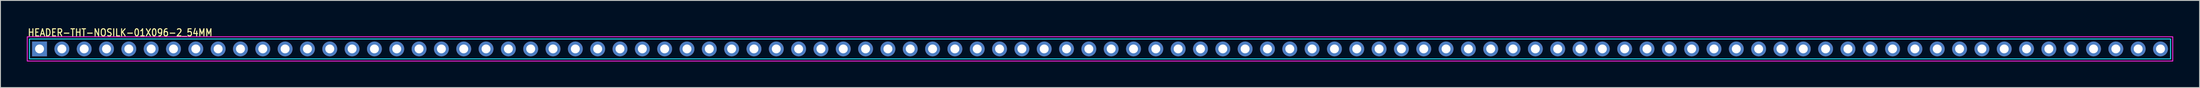
<source format=kicad_pcb>
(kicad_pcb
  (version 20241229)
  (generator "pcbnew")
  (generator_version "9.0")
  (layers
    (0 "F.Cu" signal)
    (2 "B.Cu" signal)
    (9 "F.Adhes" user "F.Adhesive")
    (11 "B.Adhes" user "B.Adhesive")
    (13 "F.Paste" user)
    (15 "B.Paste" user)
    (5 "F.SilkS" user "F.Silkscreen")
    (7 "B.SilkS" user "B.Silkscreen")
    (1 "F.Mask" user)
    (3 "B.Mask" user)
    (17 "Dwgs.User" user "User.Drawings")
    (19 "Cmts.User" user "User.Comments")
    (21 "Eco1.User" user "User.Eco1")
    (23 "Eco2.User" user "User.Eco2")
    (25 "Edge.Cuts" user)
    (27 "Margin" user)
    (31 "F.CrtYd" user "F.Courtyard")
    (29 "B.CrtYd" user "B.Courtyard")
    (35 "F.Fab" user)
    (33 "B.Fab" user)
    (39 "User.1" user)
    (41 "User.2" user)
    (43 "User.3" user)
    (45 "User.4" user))
  (footprint "HEADER-THT-NOSILK-01X096-2_54MM"
    (layer "F.Cu")
    (at 1.447 2.579)
    (property "Reference" "HEADER-THT-NOSILK-01X096-2_54MM" (at -1.4 -1.4 0) (unlocked yes) (layer "F.SilkS") (effects (font (size 0.813 0.695) (thickness 0.122)) (justify left bottom)))
    (fp_poly (pts (xy -1.143 -1.143) (xy 242.443 -1.143) (xy 242.443 1.143) (xy -1.143 1.143)) (stroke (width 0.1) (type solid)) (fill no) (layer "B.CrtYd"))
    (fp_poly (pts (xy -1.397 -1.397) (xy 242.697 -1.397) (xy 242.697 1.397) (xy -1.397 1.397)) (stroke (width 0.1) (type solid)) (fill no) (layer "F.CrtYd"))
    (pad "1" thru_hole rect (at 0 0) (size 1.693 1.693) (drill 1.016) (layers "*.Cu" "*.Mask"))
    (pad "2" thru_hole oval (at 2.54 0) (size 1.693 1.693) (drill 1.016) (layers "*.Cu" "*.Mask"))
    (pad "3" thru_hole oval (at 5.08 0) (size 1.693 1.693) (drill 1.016) (layers "*.Cu" "*.Mask"))
    (pad "4" thru_hole oval (at 7.62 0) (size 1.693 1.693) (drill 1.016) (layers "*.Cu" "*.Mask"))
    (pad "5" thru_hole oval (at 10.16 0) (size 1.693 1.693) (drill 1.016) (layers "*.Cu" "*.Mask"))
    (pad "6" thru_hole oval (at 12.7 0) (size 1.693 1.693) (drill 1.016) (layers "*.Cu" "*.Mask"))
    (pad "7" thru_hole oval (at 15.24 0) (size 1.693 1.693) (drill 1.016) (layers "*.Cu" "*.Mask"))
    (pad "8" thru_hole oval (at 17.78 0) (size 1.693 1.693) (drill 1.016) (layers "*.Cu" "*.Mask"))
    (pad "9" thru_hole oval (at 20.32 0) (size 1.693 1.693) (drill 1.016) (layers "*.Cu" "*.Mask"))
    (pad "10" thru_hole oval (at 22.86 0) (size 1.693 1.693) (drill 1.016) (layers "*.Cu" "*.Mask"))
    (pad "11" thru_hole oval (at 25.4 0) (size 1.693 1.693) (drill 1.016) (layers "*.Cu" "*.Mask"))
    (pad "12" thru_hole oval (at 27.94 0) (size 1.693 1.693) (drill 1.016) (layers "*.Cu" "*.Mask"))
    (pad "13" thru_hole oval (at 30.48 0) (size 1.693 1.693) (drill 1.016) (layers "*.Cu" "*.Mask"))
    (pad "14" thru_hole oval (at 33.02 0) (size 1.693 1.693) (drill 1.016) (layers "*.Cu" "*.Mask"))
    (pad "15" thru_hole oval (at 35.56 0) (size 1.693 1.693) (drill 1.016) (layers "*.Cu" "*.Mask"))
    (pad "16" thru_hole oval (at 38.1 0) (size 1.693 1.693) (drill 1.016) (layers "*.Cu" "*.Mask"))
    (pad "17" thru_hole oval (at 40.64 0) (size 1.693 1.693) (drill 1.016) (layers "*.Cu" "*.Mask"))
    (pad "18" thru_hole oval (at 43.18 0) (size 1.693 1.693) (drill 1.016) (layers "*.Cu" "*.Mask"))
    (pad "19" thru_hole oval (at 45.72 0) (size 1.693 1.693) (drill 1.016) (layers "*.Cu" "*.Mask"))
    (pad "20" thru_hole oval (at 48.26 0) (size 1.693 1.693) (drill 1.016) (layers "*.Cu" "*.Mask"))
    (pad "21" thru_hole oval (at 50.8 0) (size 1.693 1.693) (drill 1.016) (layers "*.Cu" "*.Mask"))
    (pad "22" thru_hole oval (at 53.34 0) (size 1.693 1.693) (drill 1.016) (layers "*.Cu" "*.Mask"))
    (pad "23" thru_hole oval (at 55.88 0) (size 1.693 1.693) (drill 1.016) (layers "*.Cu" "*.Mask"))
    (pad "24" thru_hole oval (at 58.42 0) (size 1.693 1.693) (drill 1.016) (layers "*.Cu" "*.Mask"))
    (pad "25" thru_hole oval (at 60.96 0) (size 1.693 1.693) (drill 1.016) (layers "*.Cu" "*.Mask"))
    (pad "26" thru_hole oval (at 63.5 0) (size 1.693 1.693) (drill 1.016) (layers "*.Cu" "*.Mask"))
    (pad "27" thru_hole oval (at 66.04 0) (size 1.693 1.693) (drill 1.016) (layers "*.Cu" "*.Mask"))
    (pad "28" thru_hole oval (at 68.58 0) (size 1.693 1.693) (drill 1.016) (layers "*.Cu" "*.Mask"))
    (pad "29" thru_hole oval (at 71.12 0) (size 1.693 1.693) (drill 1.016) (layers "*.Cu" "*.Mask"))
    (pad "30" thru_hole oval (at 73.66 0) (size 1.693 1.693) (drill 1.016) (layers "*.Cu" "*.Mask"))
    (pad "31" thru_hole oval (at 76.2 0) (size 1.693 1.693) (drill 1.016) (layers "*.Cu" "*.Mask"))
    (pad "32" thru_hole oval (at 78.74 0) (size 1.693 1.693) (drill 1.016) (layers "*.Cu" "*.Mask"))
    (pad "33" thru_hole oval (at 81.28 0) (size 1.693 1.693) (drill 1.016) (layers "*.Cu" "*.Mask"))
    (pad "34" thru_hole oval (at 83.82 0) (size 1.693 1.693) (drill 1.016) (layers "*.Cu" "*.Mask"))
    (pad "35" thru_hole oval (at 86.36 0) (size 1.693 1.693) (drill 1.016) (layers "*.Cu" "*.Mask"))
    (pad "36" thru_hole oval (at 88.9 0) (size 1.693 1.693) (drill 1.016) (layers "*.Cu" "*.Mask"))
    (pad "37" thru_hole oval (at 91.44 0) (size 1.693 1.693) (drill 1.016) (layers "*.Cu" "*.Mask"))
    (pad "38" thru_hole oval (at 93.98 0) (size 1.693 1.693) (drill 1.016) (layers "*.Cu" "*.Mask"))
    (pad "39" thru_hole oval (at 96.52 0) (size 1.693 1.693) (drill 1.016) (layers "*.Cu" "*.Mask"))
    (pad "40" thru_hole oval (at 99.06 0) (size 1.693 1.693) (drill 1.016) (layers "*.Cu" "*.Mask"))
    (pad "41" thru_hole oval (at 101.6 0) (size 1.693 1.693) (drill 1.016) (layers "*.Cu" "*.Mask"))
    (pad "42" thru_hole oval (at 104.14 0) (size 1.693 1.693) (drill 1.016) (layers "*.Cu" "*.Mask"))
    (pad "43" thru_hole oval (at 106.68 0) (size 1.693 1.693) (drill 1.016) (layers "*.Cu" "*.Mask"))
    (pad "44" thru_hole oval (at 109.22 0) (size 1.693 1.693) (drill 1.016) (layers "*.Cu" "*.Mask"))
    (pad "45" thru_hole oval (at 111.76 0) (size 1.693 1.693) (drill 1.016) (layers "*.Cu" "*.Mask"))
    (pad "46" thru_hole oval (at 114.3 0) (size 1.693 1.693) (drill 1.016) (layers "*.Cu" "*.Mask"))
    (pad "47" thru_hole oval (at 116.84 0) (size 1.693 1.693) (drill 1.016) (layers "*.Cu" "*.Mask"))
    (pad "48" thru_hole oval (at 119.38 0) (size 1.693 1.693) (drill 1.016) (layers "*.Cu" "*.Mask"))
    (pad "49" thru_hole oval (at 121.92 0) (size 1.693 1.693) (drill 1.016) (layers "*.Cu" "*.Mask"))
    (pad "50" thru_hole oval (at 124.46 0) (size 1.693 1.693) (drill 1.016) (layers "*.Cu" "*.Mask"))
    (pad "51" thru_hole oval (at 127 0) (size 1.693 1.693) (drill 1.016) (layers "*.Cu" "*.Mask"))
    (pad "52" thru_hole oval (at 129.54 0) (size 1.693 1.693) (drill 1.016) (layers "*.Cu" "*.Mask"))
    (pad "53" thru_hole oval (at 132.08 0) (size 1.693 1.693) (drill 1.016) (layers "*.Cu" "*.Mask"))
    (pad "54" thru_hole oval (at 134.62 0) (size 1.693 1.693) (drill 1.016) (layers "*.Cu" "*.Mask"))
    (pad "55" thru_hole oval (at 137.16 0) (size 1.693 1.693) (drill 1.016) (layers "*.Cu" "*.Mask"))
    (pad "56" thru_hole oval (at 139.7 0) (size 1.693 1.693) (drill 1.016) (layers "*.Cu" "*.Mask"))
    (pad "57" thru_hole oval (at 142.24 0) (size 1.693 1.693) (drill 1.016) (layers "*.Cu" "*.Mask"))
    (pad "58" thru_hole oval (at 144.78 0) (size 1.693 1.693) (drill 1.016) (layers "*.Cu" "*.Mask"))
    (pad "59" thru_hole oval (at 147.32 0) (size 1.693 1.693) (drill 1.016) (layers "*.Cu" "*.Mask"))
    (pad "60" thru_hole oval (at 149.86 0) (size 1.693 1.693) (drill 1.016) (layers "*.Cu" "*.Mask"))
    (pad "61" thru_hole oval (at 152.4 0) (size 1.693 1.693) (drill 1.016) (layers "*.Cu" "*.Mask"))
    (pad "62" thru_hole oval (at 154.94 0) (size 1.693 1.693) (drill 1.016) (layers "*.Cu" "*.Mask"))
    (pad "63" thru_hole oval (at 157.48 0) (size 1.693 1.693) (drill 1.016) (layers "*.Cu" "*.Mask"))
    (pad "64" thru_hole oval (at 160.02 0) (size 1.693 1.693) (drill 1.016) (layers "*.Cu" "*.Mask"))
    (pad "65" thru_hole oval (at 162.56 0) (size 1.693 1.693) (drill 1.016) (layers "*.Cu" "*.Mask"))
    (pad "66" thru_hole oval (at 165.1 0) (size 1.693 1.693) (drill 1.016) (layers "*.Cu" "*.Mask"))
    (pad "67" thru_hole oval (at 167.64 0) (size 1.693 1.693) (drill 1.016) (layers "*.Cu" "*.Mask"))
    (pad "68" thru_hole oval (at 170.18 0) (size 1.693 1.693) (drill 1.016) (layers "*.Cu" "*.Mask"))
    (pad "69" thru_hole oval (at 172.72 0) (size 1.693 1.693) (drill 1.016) (layers "*.Cu" "*.Mask"))
    (pad "70" thru_hole oval (at 175.26 0) (size 1.693 1.693) (drill 1.016) (layers "*.Cu" "*.Mask"))
    (pad "71" thru_hole oval (at 177.8 0) (size 1.693 1.693) (drill 1.016) (layers "*.Cu" "*.Mask"))
    (pad "72" thru_hole oval (at 180.34 0) (size 1.693 1.693) (drill 1.016) (layers "*.Cu" "*.Mask"))
    (pad "73" thru_hole oval (at 182.88 0) (size 1.693 1.693) (drill 1.016) (layers "*.Cu" "*.Mask"))
    (pad "74" thru_hole oval (at 185.42 0) (size 1.693 1.693) (drill 1.016) (layers "*.Cu" "*.Mask"))
    (pad "75" thru_hole oval (at 187.96 0) (size 1.693 1.693) (drill 1.016) (layers "*.Cu" "*.Mask"))
    (pad "76" thru_hole oval (at 190.5 0) (size 1.693 1.693) (drill 1.016) (layers "*.Cu" "*.Mask"))
    (pad "77" thru_hole oval (at 193.04 0) (size 1.693 1.693) (drill 1.016) (layers "*.Cu" "*.Mask"))
    (pad "78" thru_hole oval (at 195.58 0) (size 1.693 1.693) (drill 1.016) (layers "*.Cu" "*.Mask"))
    (pad "79" thru_hole oval (at 198.12 0) (size 1.693 1.693) (drill 1.016) (layers "*.Cu" "*.Mask"))
    (pad "80" thru_hole oval (at 200.66 0) (size 1.693 1.693) (drill 1.016) (layers "*.Cu" "*.Mask"))
    (pad "81" thru_hole oval (at 203.2 0) (size 1.693 1.693) (drill 1.016) (layers "*.Cu" "*.Mask"))
    (pad "82" thru_hole oval (at 205.74 0) (size 1.693 1.693) (drill 1.016) (layers "*.Cu" "*.Mask"))
    (pad "83" thru_hole oval (at 208.28 0) (size 1.693 1.693) (drill 1.016) (layers "*.Cu" "*.Mask"))
    (pad "84" thru_hole oval (at 210.82 0) (size 1.693 1.693) (drill 1.016) (layers "*.Cu" "*.Mask"))
    (pad "85" thru_hole oval (at 213.36 0) (size 1.693 1.693) (drill 1.016) (layers "*.Cu" "*.Mask"))
    (pad "86" thru_hole oval (at 215.9 0) (size 1.693 1.693) (drill 1.016) (layers "*.Cu" "*.Mask"))
    (pad "87" thru_hole oval (at 218.44 0) (size 1.693 1.693) (drill 1.016) (layers "*.Cu" "*.Mask"))
    (pad "88" thru_hole oval (at 220.98 0) (size 1.693 1.693) (drill 1.016) (layers "*.Cu" "*.Mask"))
    (pad "89" thru_hole oval (at 223.52 0) (size 1.693 1.693) (drill 1.016) (layers "*.Cu" "*.Mask"))
    (pad "90" thru_hole oval (at 226.06 0) (size 1.693 1.693) (drill 1.016) (layers "*.Cu" "*.Mask"))
    (pad "91" thru_hole oval (at 228.6 0) (size 1.693 1.693) (drill 1.016) (layers "*.Cu" "*.Mask"))
    (pad "92" thru_hole oval (at 231.14 0) (size 1.693 1.693) (drill 1.016) (layers "*.Cu" "*.Mask"))
    (pad "93" thru_hole oval (at 233.68 0) (size 1.693 1.693) (drill 1.016) (layers "*.Cu" "*.Mask"))
    (pad "94" thru_hole oval (at 236.22 0) (size 1.693 1.693) (drill 1.016) (layers "*.Cu" "*.Mask"))
    (pad "95" thru_hole oval (at 238.76 0) (size 1.693 1.693) (drill 1.016) (layers "*.Cu" "*.Mask"))
    (pad "96" thru_hole oval (at 241.3 0) (size 1.693 1.693) (drill 1.016) (layers "*.Cu" "*.Mask")))
  (gr_rect
    (start -3 -3)
    (end 247.194 7.026)
    (stroke (width 0.1) (type default))
    (fill no)
    (layer "Edge.Cuts")))
</source>
